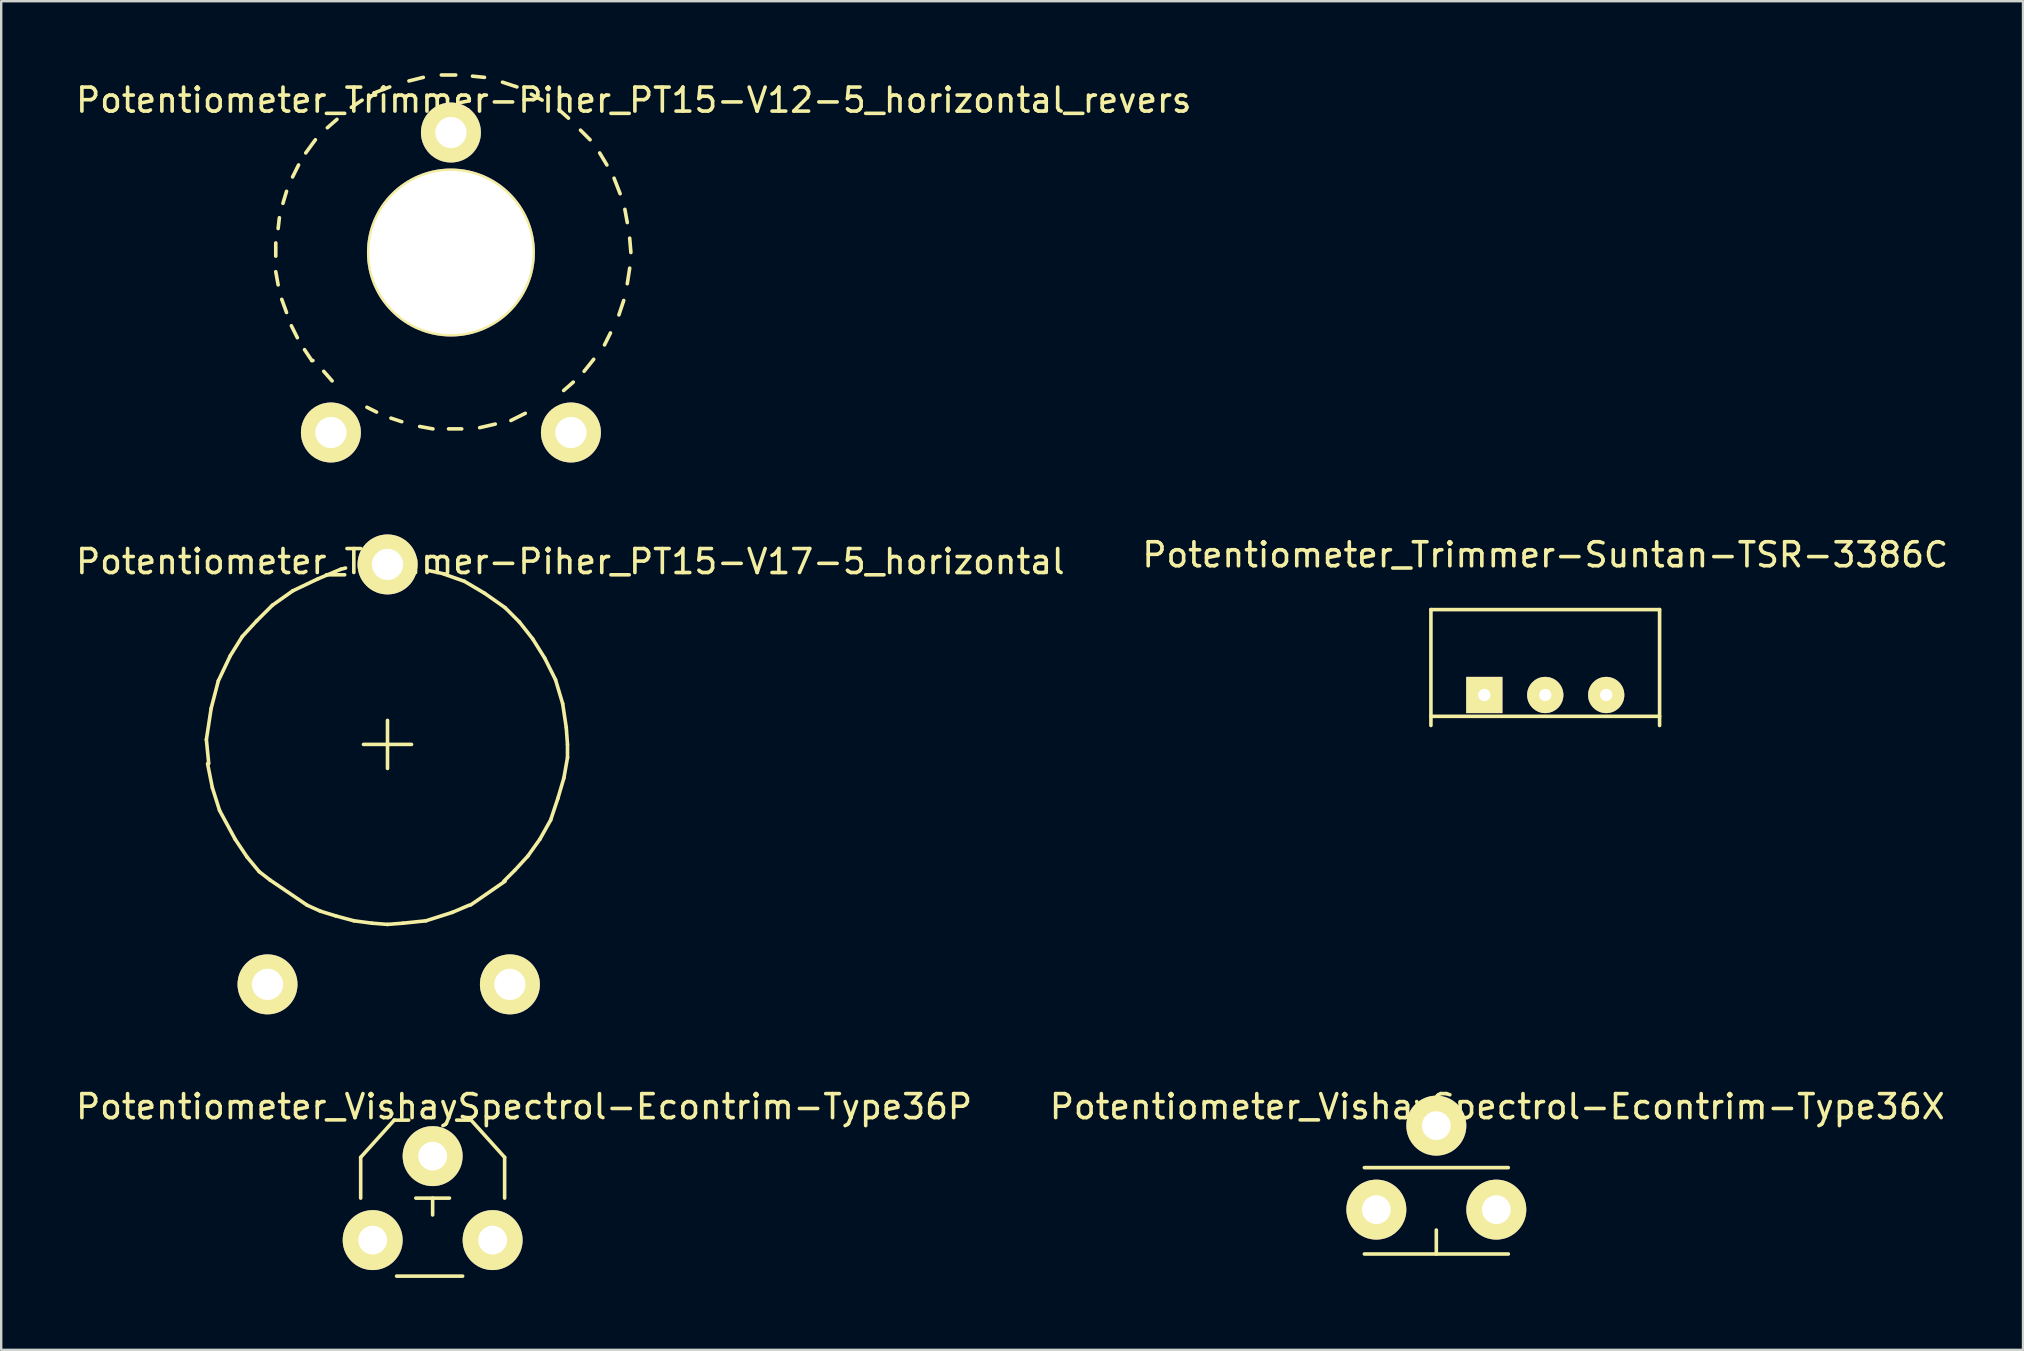
<source format=kicad_pcb>
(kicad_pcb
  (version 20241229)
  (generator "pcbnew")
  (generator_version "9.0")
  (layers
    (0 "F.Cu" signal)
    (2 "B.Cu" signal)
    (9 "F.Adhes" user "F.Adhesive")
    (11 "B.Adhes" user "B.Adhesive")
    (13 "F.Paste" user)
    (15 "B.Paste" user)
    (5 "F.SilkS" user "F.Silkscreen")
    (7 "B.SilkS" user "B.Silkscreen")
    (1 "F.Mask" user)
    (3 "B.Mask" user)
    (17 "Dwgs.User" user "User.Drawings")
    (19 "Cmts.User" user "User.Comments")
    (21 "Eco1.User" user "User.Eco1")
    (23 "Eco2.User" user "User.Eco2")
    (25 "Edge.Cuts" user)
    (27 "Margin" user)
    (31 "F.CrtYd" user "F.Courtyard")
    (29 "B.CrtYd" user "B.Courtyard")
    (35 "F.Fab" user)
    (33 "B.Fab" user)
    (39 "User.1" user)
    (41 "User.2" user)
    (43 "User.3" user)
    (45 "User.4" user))
  (footprint "Potentiometer_Trimmer-Piher_PT15-V17-5_horizontal"
    (layer "F.Cu")
    (at 8.099 37.975)
    (property "Reference" "Potentiometer_Trimmer-Piher_PT15-V17-5_horizontal" (at 12.621 -17.62 0) (layer "F.SilkS") (effects (font (size 1 1) (thickness 0.15))))
    (attr through_hole)
    (fp_line (start -2.548 -10.201) (end -2.449 -9.2) (stroke (width 0.15) (type solid)) (layer "F.SilkS"))
    (fp_line (start -2.499 -9.2) (end -2.299 -8.199) (stroke (width 0.15) (type solid)) (layer "F.SilkS"))
    (fp_line (start -2.349 -11.501) (end -2.548 -10.201) (stroke (width 0.15) (type solid)) (layer "F.SilkS"))
    (fp_line (start -2.299 -8.199) (end -1.999 -7.249) (stroke (width 0.15) (type solid)) (layer "F.SilkS"))
    (fp_line (start -2.05 -12.649) (end -2.349 -11.501) (stroke (width 0.15) (type solid)) (layer "F.SilkS"))
    (fp_line (start -1.999 -7.249) (end -1.349 -6.05) (stroke (width 0.15) (type solid)) (layer "F.SilkS"))
    (fp_line (start -1.549 -13.701) (end -2.05 -12.649) (stroke (width 0.15) (type solid)) (layer "F.SilkS"))
    (fp_line (start -1.349 -6.05) (end -0.848 -5.301) (stroke (width 0.15) (type solid)) (layer "F.SilkS"))
    (fp_line (start -1.049 -14.501) (end -1.549 -13.701) (stroke (width 0.15) (type solid)) (layer "F.SilkS"))
    (fp_line (start -0.848 -5.301) (end -0.348 -4.699) (stroke (width 0.15) (type solid)) (layer "F.SilkS"))
    (fp_line (start -0.45 -15.151) (end -1.049 -14.501) (stroke (width 0.15) (type solid)) (layer "F.SilkS"))
    (fp_line (start -0.348 -4.699) (end 0.102 -4.351) (stroke (width 0.15) (type solid)) (layer "F.SilkS"))
    (fp_line (start 0.201 -15.799) (end -0.45 -15.151) (stroke (width 0.15) (type solid)) (layer "F.SilkS"))
    (fp_line (start 1.052 -16.401) (end 0.201 -15.799) (stroke (width 0.15) (type solid)) (layer "F.SilkS"))
    (fp_line (start 1.651 -3.299) (end 0.102 -4.351) (stroke (width 0.15) (type solid)) (layer "F.SilkS"))
    (fp_line (start 1.651 -3.299) (end 2.202 -3.051) (stroke (width 0.15) (type solid)) (layer "F.SilkS"))
    (fp_line (start 2.101 -16.901) (end 1.052 -16.401) (stroke (width 0.15) (type solid)) (layer "F.SilkS"))
    (fp_line (start 2.202 -3.051) (end 2.852 -2.85) (stroke (width 0.15) (type solid)) (layer "F.SilkS"))
    (fp_line (start 2.852 -2.85) (end 3.602 -2.649) (stroke (width 0.15) (type solid)) (layer "F.SilkS"))
    (fp_line (start 3.051 -17.3) (end 2.101 -16.901) (stroke (width 0.15) (type solid)) (layer "F.SilkS"))
    (fp_line (start 3.051 -17.3) (end 3.251 -17.351) (stroke (width 0.15) (type solid)) (layer "F.SilkS"))
    (fp_line (start 3.602 -2.649) (end 4.351 -2.55) (stroke (width 0.15) (type solid)) (layer "F.SilkS"))
    (fp_line (start 4 -10) (end 6.002 -10) (stroke (width 0.15) (type solid)) (layer "F.SilkS"))
    (fp_line (start 4.351 -2.55) (end 5.001 -2.499) (stroke (width 0.15) (type solid)) (layer "F.SilkS"))
    (fp_line (start 5.001 -11.001) (end 5.001 -8.999) (stroke (width 0.15) (type solid)) (layer "F.SilkS"))
    (fp_line (start 5.001 -2.499) (end 5.652 -2.55) (stroke (width 0.15) (type solid)) (layer "F.SilkS"))
    (fp_line (start 5.652 -2.55) (end 6.601 -2.649) (stroke (width 0.15) (type solid)) (layer "F.SilkS"))
    (fp_line (start 6.601 -2.649) (end 7.701 -3) (stroke (width 0.15) (type solid)) (layer "F.SilkS"))
    (fp_line (start 7.402 -17.099) (end 6.701 -17.249) (stroke (width 0.15) (type solid)) (layer "F.SilkS"))
    (fp_line (start 7.701 -3) (end 8.402 -3.299) (stroke (width 0.15) (type solid)) (layer "F.SilkS"))
    (fp_line (start 8.202 -16.8) (end 7.351 -17.099) (stroke (width 0.15) (type solid)) (layer "F.SilkS"))
    (fp_line (start 9.05 -16.299) (end 8.202 -16.8) (stroke (width 0.15) (type solid)) (layer "F.SilkS"))
    (fp_line (start 9.85 -4.3) (end 10.302 -4.75) (stroke (width 0.15) (type solid)) (layer "F.SilkS"))
    (fp_line (start 9.901 -15.7) (end 9.05 -16.299) (stroke (width 0.15) (type solid)) (layer "F.SilkS"))
    (fp_line (start 9.901 -4.3) (end 8.451 -3.299) (stroke (width 0.15) (type solid)) (layer "F.SilkS"))
    (fp_line (start 10.302 -4.75) (end 10.851 -5.349) (stroke (width 0.15) (type solid)) (layer "F.SilkS"))
    (fp_line (start 10.5 -15.1) (end 9.901 -15.7) (stroke (width 0.15) (type solid)) (layer "F.SilkS"))
    (fp_line (start 10.851 -5.349) (end 11.351 -6.05) (stroke (width 0.15) (type solid)) (layer "F.SilkS"))
    (fp_line (start 11.052 -14.399) (end 10.5 -15.1) (stroke (width 0.15) (type solid)) (layer "F.SilkS"))
    (fp_line (start 11.351 -6.05) (end 11.801 -6.85) (stroke (width 0.15) (type solid)) (layer "F.SilkS"))
    (fp_line (start 11.552 -13.599) (end 11.052 -14.399) (stroke (width 0.15) (type solid)) (layer "F.SilkS"))
    (fp_line (start 11.801 -6.85) (end 12.101 -7.75) (stroke (width 0.15) (type solid)) (layer "F.SilkS"))
    (fp_line (start 12.002 -12.7) (end 11.552 -13.599) (stroke (width 0.15) (type solid)) (layer "F.SilkS"))
    (fp_line (start 12.101 -7.75) (end 12.352 -8.6) (stroke (width 0.15) (type solid)) (layer "F.SilkS"))
    (fp_line (start 12.301 -11.699) (end 12.002 -12.7) (stroke (width 0.15) (type solid)) (layer "F.SilkS"))
    (fp_line (start 12.352 -8.6) (end 12.502 -9.449) (stroke (width 0.15) (type solid)) (layer "F.SilkS"))
    (fp_line (start 12.451 -10.701) (end 12.301 -11.699) (stroke (width 0.15) (type solid)) (layer "F.SilkS"))
    (fp_line (start 12.502 -10) (end 12.451 -10.701) (stroke (width 0.15) (type solid)) (layer "F.SilkS"))
    (fp_line (start 12.502 -9.449) (end 12.502 -10) (stroke (width 0.15) (type solid)) (layer "F.SilkS"))
    (pad "1" thru_hole circle (at 0 0) (size 2.499 2.499) (drill 1.3) (layers "*.Cu" "*.Mask" "F.SilkS"))
    (pad "2" thru_hole circle (at 5.001 -17.501) (size 2.499 2.499) (drill 1.3) (layers "*.Cu" "*.Mask" "F.SilkS"))
    (pad "3" thru_hole circle (at 10.102 0) (size 2.499 2.499) (drill 1.3) (layers "*.Cu" "*.Mask" "F.SilkS")))
  (footprint "Potentiometer_VishaySpectrol-Econtrim-Type36X"
    (layer "F.Cu")
    (at 54.312 47.363)
    (property "Reference" "Potentiometer_VishaySpectrol-Econtrim-Type36X" (at 5.039 -4.29 0) (layer "F.SilkS") (effects (font (size 1 1) (thickness 0.15))))
    (attr through_hole)
    (fp_line (start -0.5 -1.75) (end 5.499 -1.75) (stroke (width 0.15) (type solid)) (layer "F.SilkS"))
    (fp_line (start 2.499 0.851) (end 2.499 1.849) (stroke (width 0.15) (type solid)) (layer "F.SilkS"))
    (fp_line (start 5.499 1.849) (end -0.5 1.849) (stroke (width 0.15) (type solid)) (layer "F.SilkS"))
    (pad "1" thru_hole circle (at 0 0) (size 2.499 2.499) (drill 1.199) (layers "*.Cu" "*.Mask" "F.SilkS"))
    (pad "2" thru_hole circle (at 2.499 -3.5) (size 2.499 2.499) (drill 1.199) (layers "*.Cu" "*.Mask" "F.SilkS"))
    (pad "3" thru_hole circle (at 4.999 0) (size 2.499 2.499) (drill 1.199) (layers "*.Cu" "*.Mask" "F.SilkS")))
  (footprint "Potentiometer_Trimmer-Suntan-TSR-3386C"
    (layer "F.Cu")
    (at 58.811 25.915)
    (property "Reference" "Potentiometer_Trimmer-Suntan-TSR-3386C" (at 2.54 -5.842 0) (layer "F.SilkS") (effects (font (size 1 1) (thickness 0.15))))
    (attr through_hole)
    (fp_line (start -2.225 -3.56) (end -2.225 1.27) (stroke (width 0.15) (type solid)) (layer "F.SilkS"))
    (fp_line (start -2.225 -3.56) (end 7.305 -3.56) (stroke (width 0.15) (type solid)) (layer "F.SilkS"))
    (fp_line (start 7.305 -3.56) (end 7.305 1.27) (stroke (width 0.15) (type solid)) (layer "F.SilkS"))
    (fp_line (start 7.305 0.89) (end -2.225 0.89) (stroke (width 0.15) (type solid)) (layer "F.SilkS"))
    (pad "1" thru_hole rect (at 0 0) (size 1.51 1.51) (drill 0.51) (layers "*.Cu" "*.Mask" "F.SilkS"))
    (pad "2" thru_hole circle (at 2.54 0) (size 1.51 1.51) (drill 0.51) (layers "*.Cu" "*.Mask" "F.SilkS"))
    (pad "3" thru_hole circle (at 5.08 0) (size 1.51 1.51) (drill 0.51) (layers "*.Cu" "*.Mask" "F.SilkS")))
  (footprint "Potentiometer_VishaySpectrol-Econtrim-Type36P"
    (layer "F.Cu")
    (at 12.482 48.633)
    (property "Reference" "Potentiometer_VishaySpectrol-Econtrim-Type36P" (at 6.309 -5.56 0) (layer "F.SilkS") (effects (font (size 1 1) (thickness 0.15))))
    (attr through_hole)
    (fp_line (start -0.5 -3.449) (end -0.5 -1.75) (stroke (width 0.15) (type solid)) (layer "F.SilkS"))
    (fp_line (start 0.899 -5.001) (end -0.5 -3.449) (stroke (width 0.15) (type solid)) (layer "F.SilkS"))
    (fp_line (start 0.899 -5.001) (end 1.499 -5.001) (stroke (width 0.15) (type solid)) (layer "F.SilkS"))
    (fp_line (start 0.998 1.501) (end 3.749 1.501) (stroke (width 0.15) (type solid)) (layer "F.SilkS"))
    (fp_line (start 1.798 -1.75) (end 3.2 -1.75) (stroke (width 0.15) (type solid)) (layer "F.SilkS"))
    (fp_line (start 2.499 -1.75) (end 2.499 -1.049) (stroke (width 0.15) (type solid)) (layer "F.SilkS"))
    (fp_line (start 4.1 -5.001) (end 3.5 -5.001) (stroke (width 0.15) (type solid)) (layer "F.SilkS"))
    (fp_line (start 4.1 -5.001) (end 5.499 -3.449) (stroke (width 0.15) (type solid)) (layer "F.SilkS"))
    (fp_line (start 5.499 -3.449) (end 5.499 -1.75) (stroke (width 0.15) (type solid)) (layer "F.SilkS"))
    (pad "1" thru_hole circle (at 0 0) (size 2.499 2.499) (drill 1.199) (layers "*.Cu" "*.Mask" "F.SilkS"))
    (pad "2" thru_hole circle (at 2.499 -3.5) (size 2.499 2.499) (drill 1.199) (layers "*.Cu" "*.Mask" "F.SilkS"))
    (pad "3" thru_hole circle (at 4.999 0) (size 2.499 2.499) (drill 1.199) (layers "*.Cu" "*.Mask" "F.SilkS")))
  (footprint "Potentiometer_Trimmer-Piher_PT15-V12-5_horizontal_revers"
    (layer "F.Cu")
    (at 20.744 14.975)
    (property "Reference" "Potentiometer_Trimmer-Piher_PT15-V12-5_horizontal_revers" (at 2.619 -13.851 0) (layer "F.SilkS") (effects (font (size 1 1) (thickness 0.15))))
    (attr through_hole)
    (fp_line (start -12.301 -7.899) (end -12.301 -7.351) (stroke (width 0.15) (type solid)) (layer "F.SilkS"))
    (fp_line (start -12.301 -6.701) (end -12.202 -6.152) (stroke (width 0.15) (type solid)) (layer "F.SilkS"))
    (fp_line (start -12.151 -8.951) (end -12.202 -8.501) (stroke (width 0.15) (type solid)) (layer "F.SilkS"))
    (fp_line (start -12.052 -5.55) (end -11.852 -5.001) (stroke (width 0.15) (type solid)) (layer "F.SilkS"))
    (fp_line (start -11.852 -10.051) (end -12.002 -9.55) (stroke (width 0.15) (type solid)) (layer "F.SilkS"))
    (fp_line (start -11.651 -4.45) (end -11.402 -3.95) (stroke (width 0.15) (type solid)) (layer "F.SilkS"))
    (fp_line (start -11.351 -11.151) (end -11.6 -10.65) (stroke (width 0.15) (type solid)) (layer "F.SilkS"))
    (fp_line (start -11.102 -3.452) (end -10.8 -3) (stroke (width 0.15) (type solid)) (layer "F.SilkS"))
    (fp_line (start -10.8 -3) (end -10.752 -3) (stroke (width 0.15) (type solid)) (layer "F.SilkS"))
    (fp_line (start -10.65 -12.2) (end -11.052 -11.651) (stroke (width 0.15) (type solid)) (layer "F.SilkS"))
    (fp_line (start -10.302 -2.55) (end -9.952 -2.151) (stroke (width 0.15) (type solid)) (layer "F.SilkS"))
    (fp_line (start -9.751 -13.051) (end -10.152 -12.7) (stroke (width 0.15) (type solid)) (layer "F.SilkS"))
    (fp_line (start -8.702 -13.851) (end -9.152 -13.551) (stroke (width 0.15) (type solid)) (layer "F.SilkS"))
    (fp_line (start -8.501 -1.052) (end -8.1 -0.851) (stroke (width 0.15) (type solid)) (layer "F.SilkS"))
    (fp_line (start -8.202 -14.15) (end -8.151 -14.15) (stroke (width 0.15) (type solid)) (layer "F.SilkS"))
    (fp_line (start -7.551 -14.402) (end -8.202 -14.15) (stroke (width 0.15) (type solid)) (layer "F.SilkS"))
    (fp_line (start -7.501 -0.599) (end -7.051 -0.45) (stroke (width 0.15) (type solid)) (layer "F.SilkS"))
    (fp_line (start -6.302 -0.251) (end -5.751 -0.15) (stroke (width 0.15) (type solid)) (layer "F.SilkS"))
    (fp_line (start -6.152 -14.801) (end -6.751 -14.651) (stroke (width 0.15) (type solid)) (layer "F.SilkS"))
    (fp_line (start -5.1 -0.15) (end -4.552 -0.15) (stroke (width 0.15) (type solid)) (layer "F.SilkS"))
    (fp_line (start -4.801 -14.9) (end -5.4 -14.9) (stroke (width 0.15) (type solid)) (layer "F.SilkS"))
    (fp_line (start -3.802 -0.201) (end -3.152 -0.351) (stroke (width 0.15) (type solid)) (layer "F.SilkS"))
    (fp_line (start -3.602 -14.801) (end -4.102 -14.851) (stroke (width 0.15) (type solid)) (layer "F.SilkS"))
    (fp_line (start -2.502 -0.5) (end -1.902 -0.8) (stroke (width 0.15) (type solid)) (layer "F.SilkS"))
    (fp_line (start -2.25 -14.402) (end -2.852 -14.6) (stroke (width 0.15) (type solid)) (layer "F.SilkS"))
    (fp_line (start -1.201 -13.851) (end -1.651 -14.1) (stroke (width 0.15) (type solid)) (layer "F.SilkS"))
    (fp_line (start -0.302 -1.75) (end 0.099 -2.101) (stroke (width 0.15) (type solid)) (layer "F.SilkS"))
    (fp_line (start -0.102 -13.101) (end -0.5 -13.452) (stroke (width 0.15) (type solid)) (layer "F.SilkS"))
    (fp_line (start 0.549 -2.55) (end 0.95 -3.051) (stroke (width 0.15) (type solid)) (layer "F.SilkS"))
    (fp_line (start 0.798 -12.2) (end 0.399 -12.601) (stroke (width 0.15) (type solid)) (layer "F.SilkS"))
    (fp_line (start 1.4 -3.65) (end 1.648 -4.15) (stroke (width 0.15) (type solid)) (layer "F.SilkS"))
    (fp_line (start 1.499 -11.151) (end 1.199 -11.651) (stroke (width 0.15) (type solid)) (layer "F.SilkS"))
    (fp_line (start 1.999 -4.9) (end 2.2 -5.502) (stroke (width 0.15) (type solid)) (layer "F.SilkS"))
    (fp_line (start 2.05 -9.952) (end 1.798 -10.599) (stroke (width 0.15) (type solid)) (layer "F.SilkS"))
    (fp_line (start 2.349 -8.75) (end 2.248 -9.301) (stroke (width 0.15) (type solid)) (layer "F.SilkS"))
    (fp_line (start 2.349 -6.2) (end 2.449 -6.85) (stroke (width 0.15) (type solid)) (layer "F.SilkS"))
    (fp_line (start 2.499 -7.501) (end 2.449 -8.1) (stroke (width 0.15) (type solid)) (layer "F.SilkS"))
    (pad "" np_thru_hole circle (at -5.001 -7.501) (size 7 7) (drill 6.8) (layers "*.Cu" "*.Mask" "F.SilkS"))
    (pad "1" thru_hole circle (at 0 0) (size 2.499 2.499) (drill 1.3) (layers "*.Cu" "*.Mask" "F.SilkS"))
    (pad "2" thru_hole circle (at -5.001 -12.502) (size 2.499 2.499) (drill 1.3) (layers "*.Cu" "*.Mask" "F.SilkS"))
    (pad "3" thru_hole circle (at -10.003 0) (size 2.499 2.499) (drill 1.3) (layers "*.Cu" "*.Mask" "F.SilkS")))
  (gr_rect
    (start -3 -3)
    (end 81.262 53.209)
    (stroke (width 0.1) (type default))
    (fill no)
    (layer "Edge.Cuts")))
</source>
